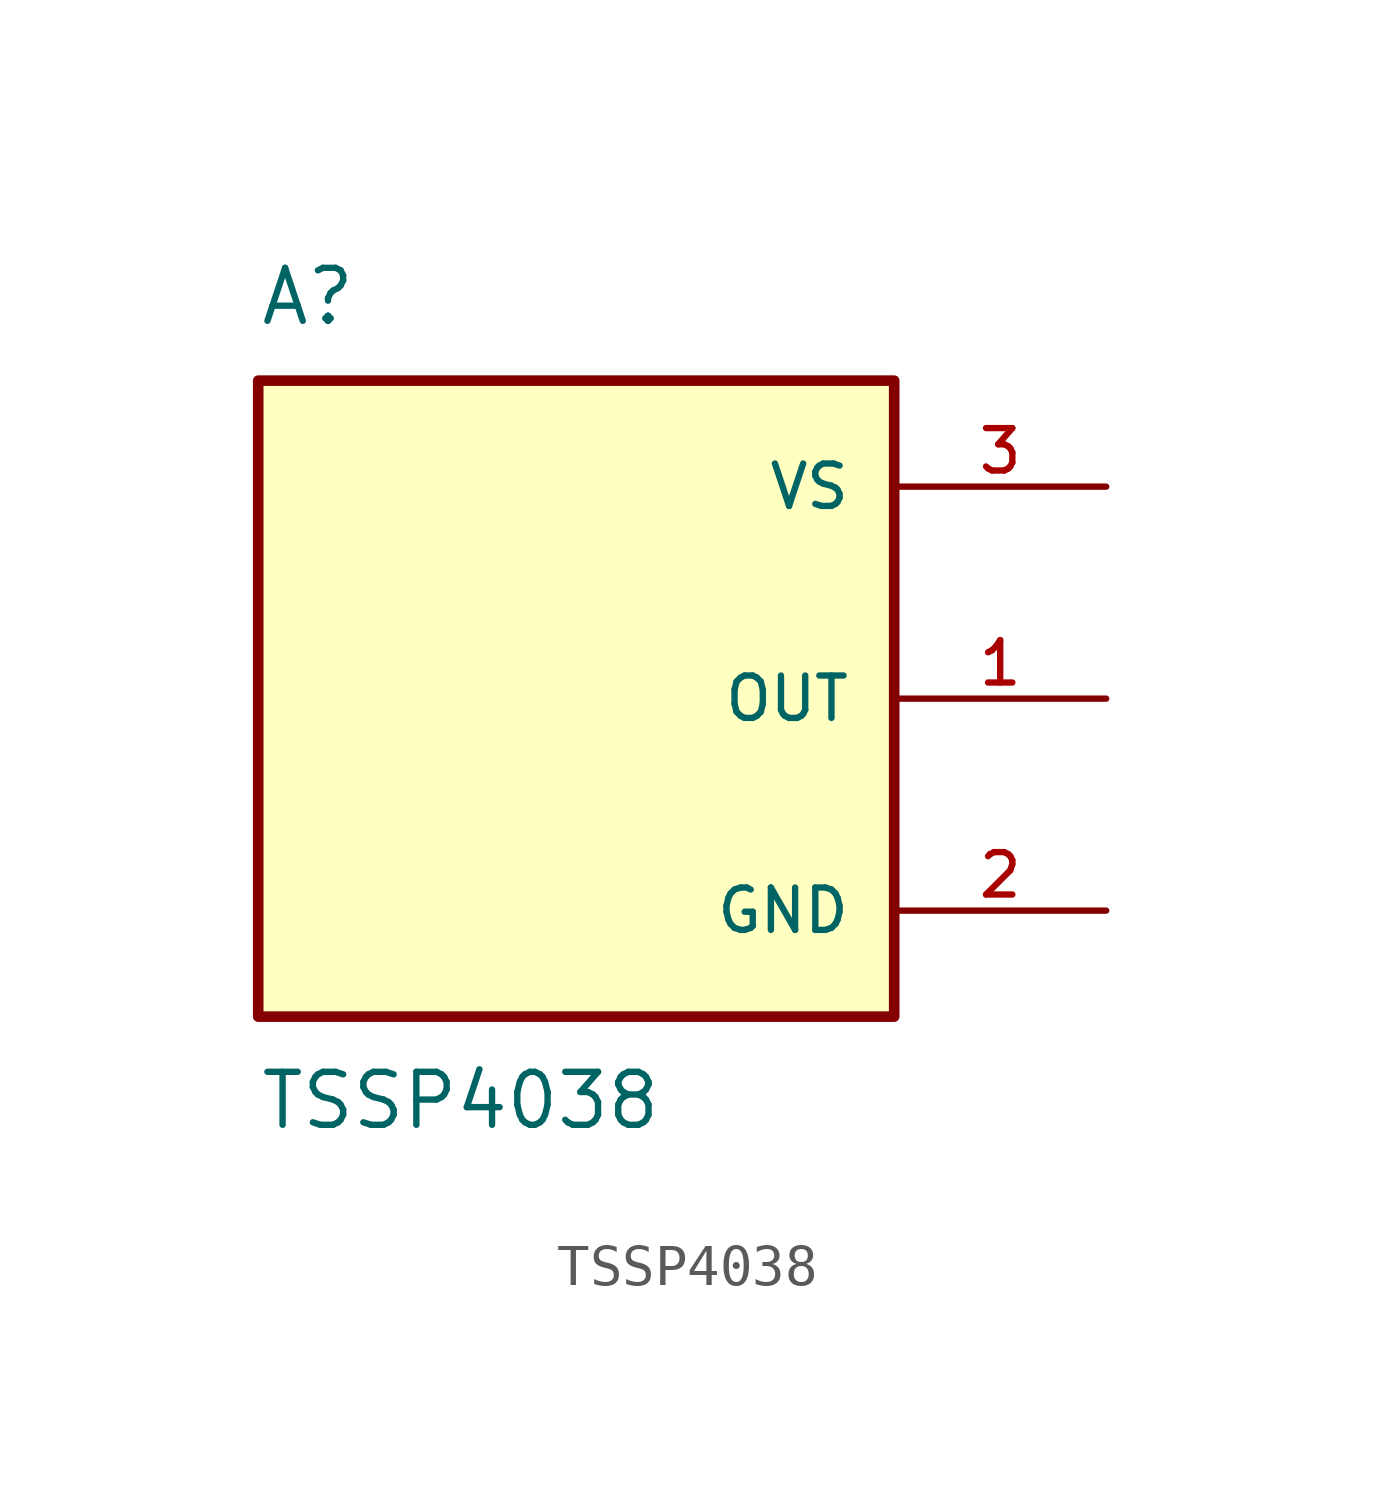
<source format=kicad_sym>
(kicad_symbol_lib
  (version 20211014)
  (generator kicad_symbol_editor)
  (symbol "TSSP4038"
    (pin_names
      (offset 1.016))
    (property "Reference" "A"
      (at -7.62 8.89 0)
      (effects (font (size 1.27 1.27)) (justify bottom left)))
    (property "Value" "TSSP4038"
      (at -7.62 -8.89 0.0)
      (effects (font (size 1.27 1.27)) (justify top left)))
    (symbol "TSSP4038_0_0"
      (rectangle (start -7.62 -7.62) (end 7.62 7.62) (stroke (width 0.254)) (fill (type background)))
      (pin output line (at 12.7 0.0 180.0) (length 5.08) (name "OUT" (effects (font (size 1.016 1.016)))) (number "1" (effects (font (size 1.016 1.016)))))
      (pin power_in line (at 12.7 5.08 180.0) (length 5.08) (name "VS" (effects (font (size 1.016 1.016)))) (number "3" (effects (font (size 1.016 1.016)))))
      (pin power_in line (at 12.7 -5.08 180.0) (length 5.08) (name "GND" (effects (font (size 1.016 1.016)))) (number "2" (effects (font (size 1.016 1.016))))))))
</source>
